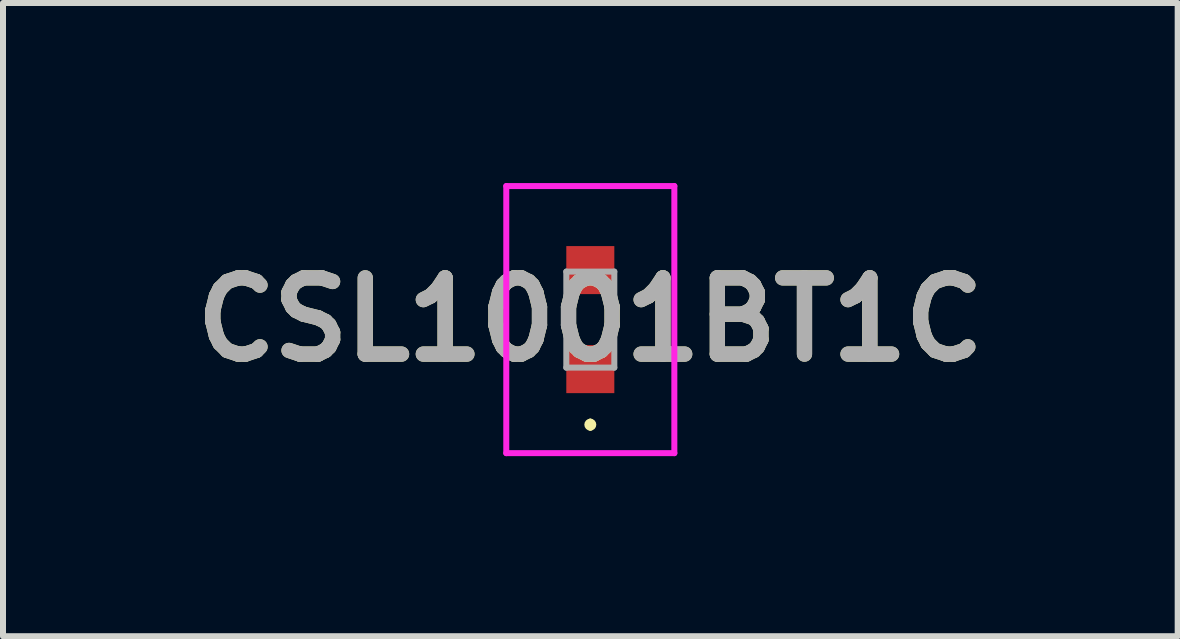
<source format=kicad_pcb>
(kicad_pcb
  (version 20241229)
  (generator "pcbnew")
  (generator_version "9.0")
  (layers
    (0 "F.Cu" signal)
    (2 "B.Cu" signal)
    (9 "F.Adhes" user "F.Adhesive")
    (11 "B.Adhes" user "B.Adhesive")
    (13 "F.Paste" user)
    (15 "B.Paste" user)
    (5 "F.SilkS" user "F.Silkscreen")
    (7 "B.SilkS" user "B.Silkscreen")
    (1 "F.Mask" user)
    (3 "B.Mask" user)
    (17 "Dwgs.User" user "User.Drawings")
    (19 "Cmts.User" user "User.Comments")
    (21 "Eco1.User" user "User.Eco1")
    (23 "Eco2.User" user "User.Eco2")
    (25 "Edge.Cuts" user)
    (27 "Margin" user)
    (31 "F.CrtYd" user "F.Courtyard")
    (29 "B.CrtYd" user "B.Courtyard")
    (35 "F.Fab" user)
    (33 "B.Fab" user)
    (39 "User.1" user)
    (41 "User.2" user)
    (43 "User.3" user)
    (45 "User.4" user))
  (footprint "CSL1001BT1C"
    (layer "F.Cu")
    (at 6.785 2.275)
    (property "Reference" "CSL1001BT1C" (at 0 0 0) (layer "F.SilkS") (effects (font (size 1.27 1.27) (thickness 0.254))))
    (attr smd)
    (fp_line (start 0 1.7) (end 0 1.7) (stroke (width 0.1) (type solid)) (layer "F.SilkS"))
    (fp_line (start 0 1.8) (end 0 1.8) (stroke (width 0.1) (type solid)) (layer "F.SilkS"))
    (fp_arc (start 0 1.7) (mid 0.05 1.75) (end 0 1.8) (stroke (width 0.1) (type solid)) (layer "F.SilkS"))
    (fp_arc (start 0 1.8) (mid -0.05 1.75) (end 0 1.7) (stroke (width 0.1) (type solid)) (layer "F.SilkS"))
    (fp_line (start -1.4 -2.225) (end 1.4 -2.225) (stroke (width 0.1) (type solid)) (layer "F.CrtYd"))
    (fp_line (start -1.4 2.225) (end -1.4 -2.225) (stroke (width 0.1) (type solid)) (layer "F.CrtYd"))
    (fp_line (start 1.4 -2.225) (end 1.4 2.225) (stroke (width 0.1) (type solid)) (layer "F.CrtYd"))
    (fp_line (start 1.4 2.225) (end -1.4 2.225) (stroke (width 0.1) (type solid)) (layer "F.CrtYd"))
    (fp_line (start -0.4 -0.8) (end 0.4 -0.8) (stroke (width 0.1) (type solid)) (layer "F.Fab"))
    (fp_line (start -0.4 0.8) (end -0.4 -0.8) (stroke (width 0.1) (type solid)) (layer "F.Fab"))
    (fp_line (start 0.4 -0.8) (end 0.4 0.8) (stroke (width 0.1) (type solid)) (layer "F.Fab"))
    (fp_line (start 0.4 0.8) (end -0.4 0.8) (stroke (width 0.1) (type solid)) (layer "F.Fab"))
    (fp_text user "${REFERENCE}" (at 0 0 0) (layer "F.Fab") (effects (font (size 1.27 1.27) (thickness 0.254))))
    (pad "1" smd rect (at 0 0.825) (size 0.8 0.8) (layers "F.Cu" "F.Mask" "F.Paste"))
    (pad "2" smd rect (at 0 -0.825) (size 0.8 0.8) (layers "F.Cu" "F.Mask" "F.Paste")))
  (gr_rect
    (start -3 -3)
    (end 16.571 7.55)
    (stroke (width 0.1) (type default))
    (fill no)
    (layer "Edge.Cuts")))
</source>
